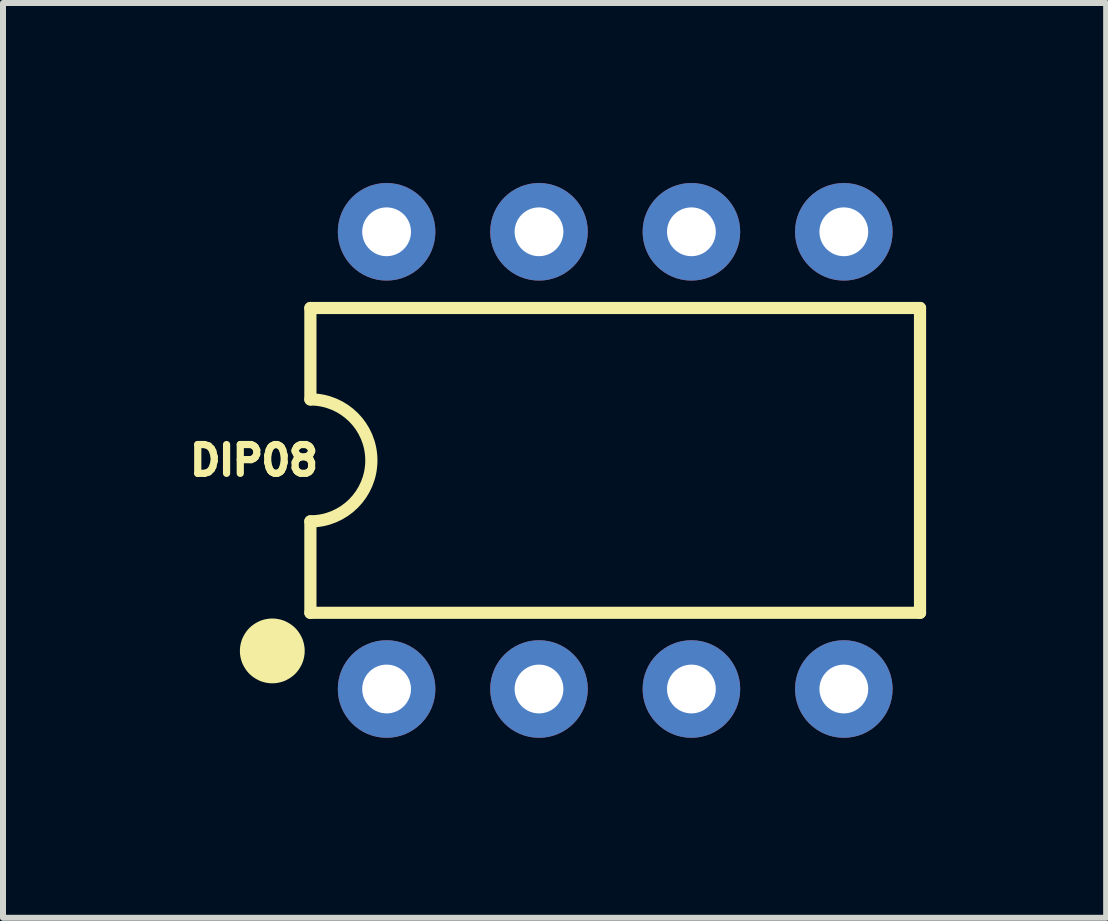
<source format=kicad_pcb>
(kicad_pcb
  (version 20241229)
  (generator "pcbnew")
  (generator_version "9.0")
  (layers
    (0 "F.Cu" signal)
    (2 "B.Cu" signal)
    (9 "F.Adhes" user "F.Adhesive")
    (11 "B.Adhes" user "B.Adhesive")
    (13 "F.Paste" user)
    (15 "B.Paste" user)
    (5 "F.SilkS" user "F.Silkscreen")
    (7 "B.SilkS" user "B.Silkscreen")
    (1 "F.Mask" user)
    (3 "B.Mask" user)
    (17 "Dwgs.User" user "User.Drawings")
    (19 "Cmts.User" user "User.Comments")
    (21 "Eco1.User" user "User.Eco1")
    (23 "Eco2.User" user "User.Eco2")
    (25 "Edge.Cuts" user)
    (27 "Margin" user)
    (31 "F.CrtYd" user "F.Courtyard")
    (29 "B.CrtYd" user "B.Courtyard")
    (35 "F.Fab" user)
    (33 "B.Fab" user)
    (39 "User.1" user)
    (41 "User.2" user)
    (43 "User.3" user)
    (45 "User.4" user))
  (footprint "DIP08"
    (layer "F.Cu")
    (at 7.203 4.623)
    (property "Reference" "DIP08" (at -6.02 0 180) (layer "F.SilkS") (effects (font (size 0.48 0.48) (thickness 0.15))))
    (attr through_hole)
    (fp_line (start -5.08 -2.54) (end -5.08 -1.016) (stroke (width 0.203) (type solid)) (layer "F.SilkS"))
    (fp_line (start -5.08 2.54) (end -5.08 1.016) (stroke (width 0.203) (type solid)) (layer "F.SilkS"))
    (fp_line (start -5.08 2.54) (end 5.08 2.54) (stroke (width 0.203) (type solid)) (layer "F.SilkS"))
    (fp_line (start 5.08 -2.54) (end -5.08 -2.54) (stroke (width 0.203) (type solid)) (layer "F.SilkS"))
    (fp_line (start 5.08 -2.54) (end 5.08 2.54) (stroke (width 0.203) (type solid)) (layer "F.SilkS"))
    (fp_arc (start -5.08 -1.016) (mid -4.064 0) (end -5.08 1.016) (stroke (width 0.2032) (type solid)) (layer "F.SilkS"))
    (fp_poly (pts (xy -6.191 3.175) (xy -6.191 3.15) (xy -6.189 3.125) (xy -6.185 3.1) (xy -6.181 3.076) (xy -6.175 3.052) (xy -6.168 3.028) (xy -6.16 3.004) (xy -6.15 2.981) (xy -6.139 2.959) (xy -6.127 2.937) (xy -6.114 2.916) (xy -6.1 2.895) (xy -6.085 2.875) (xy -6.069 2.856) (xy -6.052 2.838) (xy -6.034 2.821) (xy -6.015 2.805) (xy -5.995 2.79) (xy -5.974 2.776) (xy -5.953 2.763) (xy -5.931 2.751) (xy -5.909 2.74) (xy -5.886 2.73) (xy -5.862 2.722) (xy -5.838 2.715) (xy -5.814 2.709) (xy -5.79 2.705) (xy -5.765 2.701) (xy -5.74 2.699) (xy -5.715 2.699) (xy -5.69 2.699) (xy -5.665 2.701) (xy -5.64 2.705) (xy -5.616 2.709) (xy -5.592 2.715) (xy -5.568 2.722) (xy -5.544 2.73) (xy -5.521 2.74) (xy -5.499 2.751) (xy -5.477 2.763) (xy -5.456 2.776) (xy -5.435 2.79) (xy -5.415 2.805) (xy -5.396 2.821) (xy -5.378 2.838) (xy -5.361 2.856) (xy -5.345 2.875) (xy -5.33 2.895) (xy -5.316 2.916) (xy -5.303 2.937) (xy -5.291 2.959) (xy -5.28 2.981) (xy -5.27 3.004) (xy -5.262 3.028) (xy -5.255 3.052) (xy -5.249 3.076) (xy -5.245 3.1) (xy -5.241 3.125) (xy -5.239 3.15) (xy -5.239 3.175) (xy -5.239 3.2) (xy -5.241 3.225) (xy -5.245 3.25) (xy -5.249 3.274) (xy -5.255 3.298) (xy -5.262 3.322) (xy -5.27 3.346) (xy -5.28 3.369) (xy -5.291 3.391) (xy -5.303 3.413) (xy -5.316 3.434) (xy -5.33 3.455) (xy -5.345 3.475) (xy -5.361 3.494) (xy -5.378 3.512) (xy -5.396 3.529) (xy -5.415 3.545) (xy -5.435 3.56) (xy -5.456 3.574) (xy -5.477 3.587) (xy -5.499 3.599) (xy -5.521 3.61) (xy -5.544 3.62) (xy -5.568 3.628) (xy -5.592 3.635) (xy -5.616 3.641) (xy -5.64 3.645) (xy -5.665 3.649) (xy -5.69 3.651) (xy -5.715 3.651) (xy -5.74 3.651) (xy -5.765 3.649) (xy -5.79 3.645) (xy -5.814 3.641) (xy -5.838 3.635) (xy -5.862 3.628) (xy -5.886 3.62) (xy -5.909 3.61) (xy -5.931 3.599) (xy -5.953 3.587) (xy -5.974 3.574) (xy -5.995 3.56) (xy -6.015 3.545) (xy -6.034 3.529) (xy -6.052 3.512) (xy -6.069 3.494) (xy -6.085 3.475) (xy -6.1 3.455) (xy -6.114 3.434) (xy -6.127 3.413) (xy -6.139 3.391) (xy -6.15 3.369) (xy -6.16 3.346) (xy -6.168 3.322) (xy -6.175 3.298) (xy -6.181 3.274) (xy -6.185 3.25) (xy -6.189 3.225) (xy -6.191 3.2) (xy -6.191 3.175) (xy -6.191 3.175)) (stroke (width 0.127) (type solid)) (fill yes) (layer "F.SilkS"))
    (pad "1" thru_hole circle (at -3.81 3.81) (size 1.626 1.626) (drill 0.813) (layers "*.Cu" "*.Mask"))
    (pad "2" thru_hole circle (at -1.27 3.81) (size 1.626 1.626) (drill 0.813) (layers "*.Cu" "*.Mask"))
    (pad "3" thru_hole circle (at 1.27 3.81) (size 1.626 1.626) (drill 0.813) (layers "*.Cu" "*.Mask"))
    (pad "4" thru_hole circle (at 3.81 3.81) (size 1.626 1.626) (drill 0.813) (layers "*.Cu" "*.Mask"))
    (pad "5" thru_hole circle (at 3.81 -3.81) (size 1.626 1.626) (drill 0.813) (layers "*.Cu" "*.Mask"))
    (pad "6" thru_hole circle (at 1.27 -3.81) (size 1.626 1.626) (drill 0.813) (layers "*.Cu" "*.Mask"))
    (pad "7" thru_hole circle (at -1.27 -3.81) (size 1.626 1.626) (drill 0.813) (layers "*.Cu" "*.Mask"))
    (pad "8" thru_hole circle (at -3.81 -3.81) (size 1.626 1.626) (drill 0.813) (layers "*.Cu" "*.Mask")))
  (gr_rect
    (start -3 -3)
    (end 15.385 12.246)
    (stroke (width 0.1) (type default))
    (fill no)
    (layer "Edge.Cuts")))
</source>
